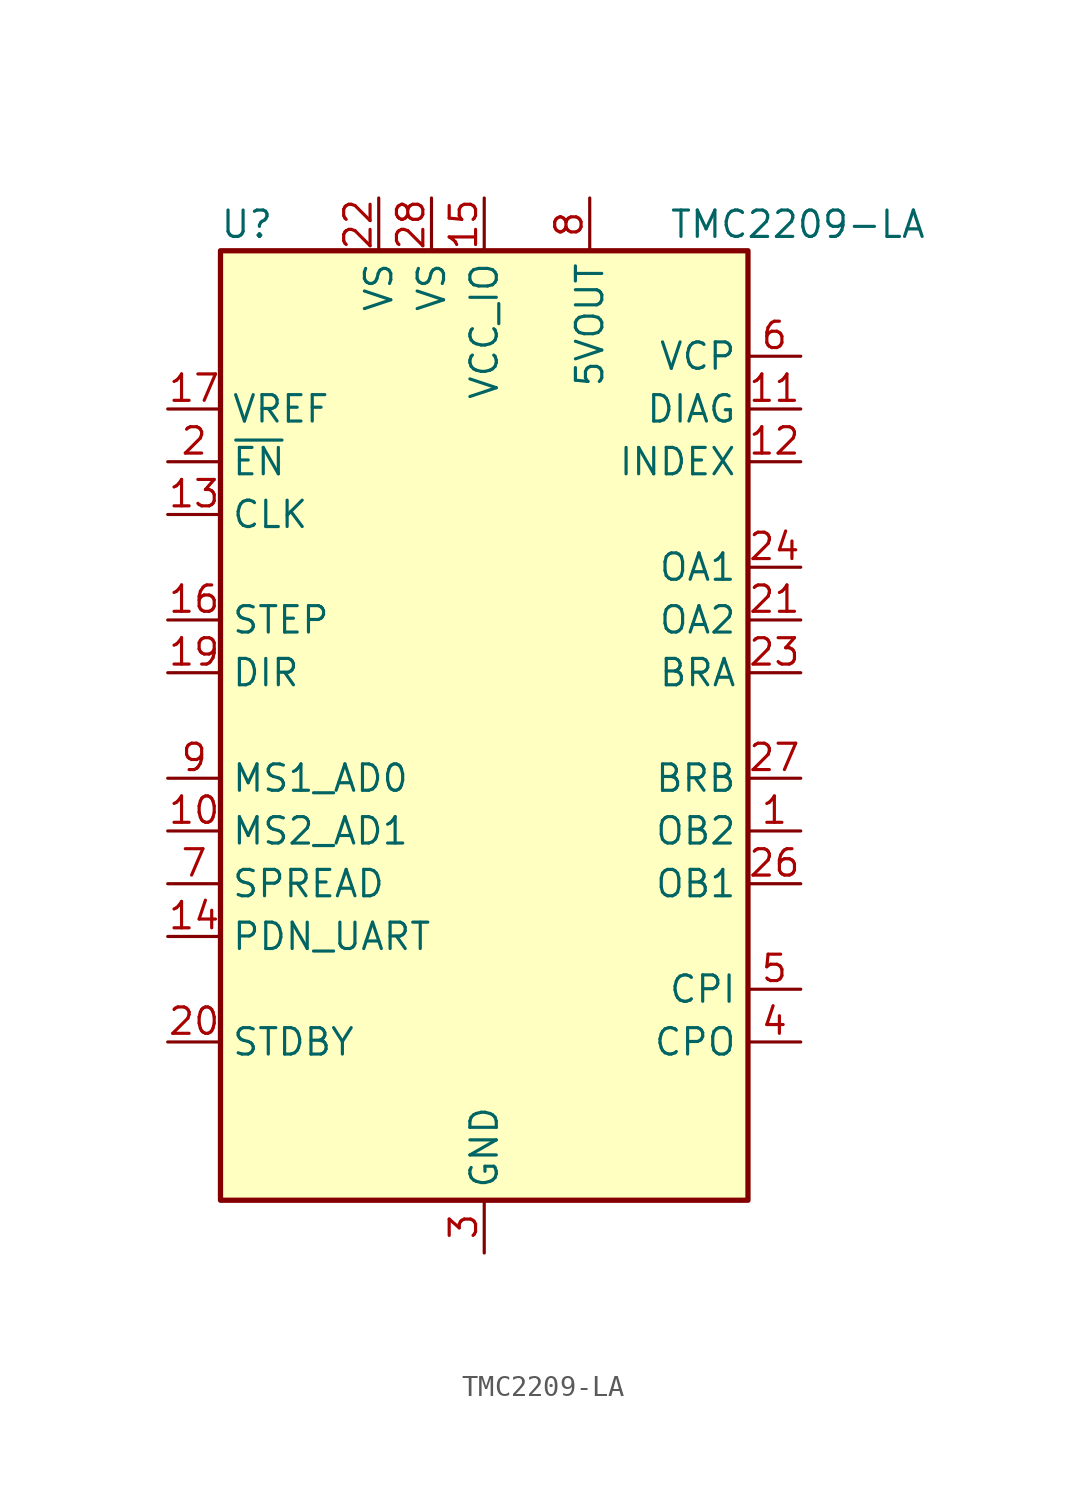
<source format=kicad_sym>
(kicad_symbol_lib
  (version 20231120)
  (generator "kicad_symbol_editor")
  (generator_version "8.0")
  (symbol "TMC2209-LA"
    (property "Reference" "U"
      (at -11.43 24.13 0)
      (effects (font (size 1.27 1.27))))
    (property "Value" "TMC2209-LA"
      (at 8.89 24.13 0)
      (effects (font (size 1.27 1.27)) (justify left)))
    (symbol "TMC2209-LA_0_1"
      (rectangle (start -12.7 22.86) (end 12.7 -22.86) (stroke (width 0.254) (type default)) (fill (type background))))
    (symbol "TMC2209-LA_1_1"
      (pin output line (at 15.24 -5.08 180) (length 2.54) (name "OB2" (effects (font (size 1.27 1.27)))) (number "1" (effects (font (size 1.27 1.27)))))
      (pin input line (at -15.24 -5.08 0) (length 2.54) (name "MS2_AD1" (effects (font (size 1.27 1.27)))) (number "10" (effects (font (size 1.27 1.27)))))
      (pin open_collector line (at 15.24 15.24 180) (length 2.54) (name "DIAG" (effects (font (size 1.27 1.27)))) (number "11" (effects (font (size 1.27 1.27)))))
      (pin open_collector line (at 15.24 12.7 180) (length 2.54) (name "INDEX" (effects (font (size 1.27 1.27)))) (number "12" (effects (font (size 1.27 1.27)))))
      (pin input line (at -15.24 10.16 0) (length 2.54) (name "CLK" (effects (font (size 1.27 1.27)))) (number "13" (effects (font (size 1.27 1.27)))))
      (pin bidirectional line (at -15.24 -10.16 0) (length 2.54) (name "PDN_UART" (effects (font (size 1.27 1.27)))) (number "14" (effects (font (size 1.27 1.27)))))
      (pin power_in line (at 0 25.4 270) (length 2.54) (name "VCC_IO" (effects (font (size 1.27 1.27)))) (number "15" (effects (font (size 1.27 1.27)))))
      (pin input line (at -15.24 5.08 0) (length 2.54) (name "STEP" (effects (font (size 1.27 1.27)))) (number "16" (effects (font (size 1.27 1.27)))))
      (pin input line (at -15.24 15.24 0) (length 2.54) (name "VREF" (effects (font (size 1.27 1.27)))) (number "17" (effects (font (size 1.27 1.27)))))
      (pin passive line (at 0 -25.4 90) (length 2.54) hide (name "GND" (effects (font (size 1.27 1.27)))) (number "18" (effects (font (size 1.27 1.27)))))
      (pin input line (at -15.24 2.54 0) (length 2.54) (name "DIR" (effects (font (size 1.27 1.27)))) (number "19" (effects (font (size 1.27 1.27)))))
      (pin input line (at -15.24 12.7 0) (length 2.54) (name "~{EN}" (effects (font (size 1.27 1.27)))) (number "2" (effects (font (size 1.27 1.27)))))
      (pin input line (at -15.24 -15.24 0) (length 2.54) (name "STDBY" (effects (font (size 1.27 1.27)))) (number "20" (effects (font (size 1.27 1.27)))))
      (pin output line (at 15.24 5.08 180) (length 2.54) (name "OA2" (effects (font (size 1.27 1.27)))) (number "21" (effects (font (size 1.27 1.27)))))
      (pin power_in line (at -5.08 25.4 270) (length 2.54) (name "VS" (effects (font (size 1.27 1.27)))) (number "22" (effects (font (size 1.27 1.27)))))
      (pin passive line (at 15.24 2.54 180) (length 2.54) (name "BRA" (effects (font (size 1.27 1.27)))) (number "23" (effects (font (size 1.27 1.27)))))
      (pin output line (at 15.24 7.62 180) (length 2.54) (name "OA1" (effects (font (size 1.27 1.27)))) (number "24" (effects (font (size 1.27 1.27)))))
      (pin free line (at 2.54 -25.4 90) (length 2.54) hide (name "NC" (effects (font (size 1.27 1.27)))) (number "25" (effects (font (size 1.27 1.27)))))
      (pin output line (at 15.24 -7.62 180) (length 2.54) (name "OB1" (effects (font (size 1.27 1.27)))) (number "26" (effects (font (size 1.27 1.27)))))
      (pin passive line (at 15.24 -2.54 180) (length 2.54) (name "BRB" (effects (font (size 1.27 1.27)))) (number "27" (effects (font (size 1.27 1.27)))))
      (pin power_in line (at -2.54 25.4 270) (length 2.54) (name "VS" (effects (font (size 1.27 1.27)))) (number "28" (effects (font (size 1.27 1.27)))))
      (pin passive line (at 0 -25.4 90) (length 2.54) hide (name "GND" (effects (font (size 1.27 1.27)))) (number "29" (effects (font (size 1.27 1.27)))))
      (pin power_in line (at 0 -25.4 90) (length 2.54) (name "GND" (effects (font (size 1.27 1.27)))) (number "3" (effects (font (size 1.27 1.27)))))
      (pin passive line (at 15.24 -15.24 180) (length 2.54) (name "CPO" (effects (font (size 1.27 1.27)))) (number "4" (effects (font (size 1.27 1.27)))))
      (pin passive line (at 15.24 -12.7 180) (length 2.54) (name "CPI" (effects (font (size 1.27 1.27)))) (number "5" (effects (font (size 1.27 1.27)))))
      (pin passive line (at 15.24 17.78 180) (length 2.54) (name "VCP" (effects (font (size 1.27 1.27)))) (number "6" (effects (font (size 1.27 1.27)))))
      (pin input line (at -15.24 -7.62 0) (length 2.54) (name "SPREAD" (effects (font (size 1.27 1.27)))) (number "7" (effects (font (size 1.27 1.27)))))
      (pin power_out line (at 5.08 25.4 270) (length 2.54) (name "5VOUT" (effects (font (size 1.27 1.27)))) (number "8" (effects (font (size 1.27 1.27)))))
      (pin input line (at -15.24 -2.54 0) (length 2.54) (name "MS1_AD0" (effects (font (size 1.27 1.27)))) (number "9" (effects (font (size 1.27 1.27))))))))
</source>
